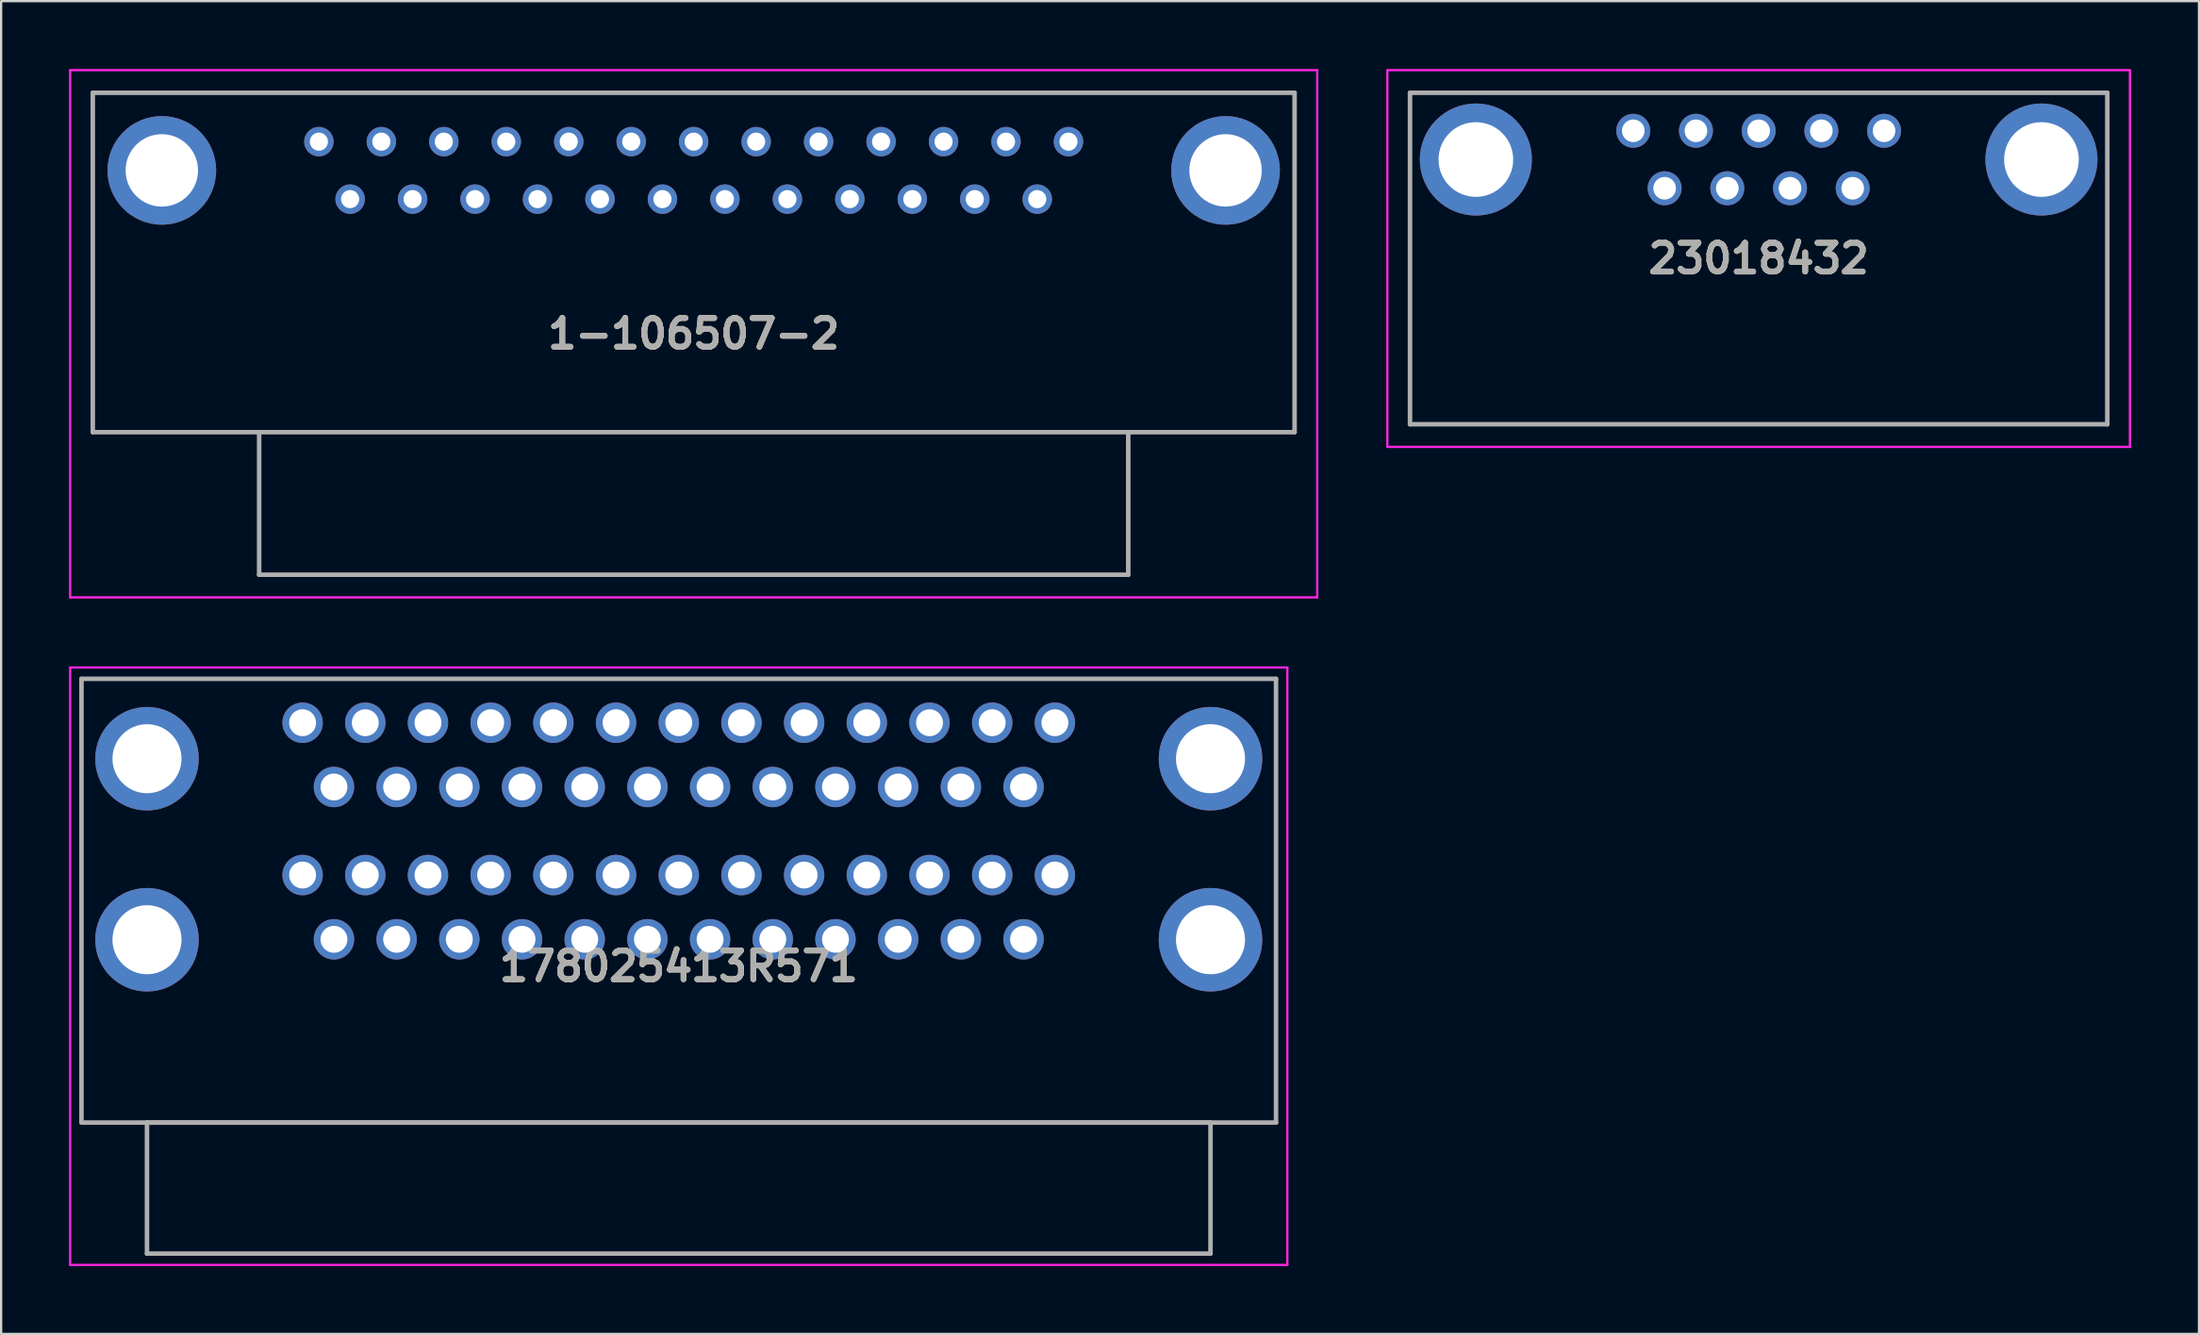
<source format=kicad_pcb>
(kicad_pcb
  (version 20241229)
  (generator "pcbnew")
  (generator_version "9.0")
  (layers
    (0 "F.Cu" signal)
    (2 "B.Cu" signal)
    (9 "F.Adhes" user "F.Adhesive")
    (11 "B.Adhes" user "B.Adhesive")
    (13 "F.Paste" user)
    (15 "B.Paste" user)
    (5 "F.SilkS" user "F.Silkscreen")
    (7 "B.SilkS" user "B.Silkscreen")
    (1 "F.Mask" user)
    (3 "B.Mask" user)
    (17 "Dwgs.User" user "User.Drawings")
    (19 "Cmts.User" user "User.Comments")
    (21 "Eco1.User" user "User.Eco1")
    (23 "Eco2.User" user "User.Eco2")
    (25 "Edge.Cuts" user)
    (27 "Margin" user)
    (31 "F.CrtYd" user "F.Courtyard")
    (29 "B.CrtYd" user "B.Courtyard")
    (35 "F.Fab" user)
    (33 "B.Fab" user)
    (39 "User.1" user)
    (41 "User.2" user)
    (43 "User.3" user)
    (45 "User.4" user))
  (footprint "178025413R571"
    (layer "F.Cu")
    (at 10.32 28.89)
    (property "Reference" "178025413R571" (at 16.62 10.76 0) (layer "F.SilkS") (effects (font (size 1.27 1.27) (thickness 0.254))))
    (attr through_hole)
    (fp_line (start -9.77 -1.94) (end 43.01 -1.94) (stroke (width 0.1) (type solid)) (layer "F.SilkS"))
    (fp_line (start -9.77 17.67) (end -9.77 -1.94) (stroke (width 0.1) (type solid)) (layer "F.SilkS"))
    (fp_line (start 43.01 -1.94) (end 43.01 17.67) (stroke (width 0.1) (type solid)) (layer "F.SilkS"))
    (fp_line (start 43.01 17.67) (end -9.77 17.67) (stroke (width 0.1) (type solid)) (layer "F.SilkS"))
    (fp_line (start -10.27 -2.44) (end 43.51 -2.44) (stroke (width 0.1) (type solid)) (layer "F.CrtYd"))
    (fp_line (start -10.27 23.96) (end -10.27 -2.44) (stroke (width 0.1) (type solid)) (layer "F.CrtYd"))
    (fp_line (start 43.51 -2.44) (end 43.51 23.96) (stroke (width 0.1) (type solid)) (layer "F.CrtYd"))
    (fp_line (start 43.51 23.96) (end -10.27 23.96) (stroke (width 0.1) (type solid)) (layer "F.CrtYd"))
    (fp_line (start -9.77 -1.94) (end 43.01 -1.94) (stroke (width 0.2) (type solid)) (layer "F.Fab"))
    (fp_line (start -9.77 17.67) (end -9.77 -1.94) (stroke (width 0.2) (type solid)) (layer "F.Fab"))
    (fp_line (start -6.875 17.67) (end 40.115 17.67) (stroke (width 0.2) (type solid)) (layer "F.Fab"))
    (fp_line (start -6.875 23.46) (end -6.875 17.67) (stroke (width 0.2) (type solid)) (layer "F.Fab"))
    (fp_line (start 40.115 17.67) (end 40.115 23.46) (stroke (width 0.2) (type solid)) (layer "F.Fab"))
    (fp_line (start 40.115 23.46) (end -6.875 23.46) (stroke (width 0.2) (type solid)) (layer "F.Fab"))
    (fp_line (start 43.01 -1.94) (end 43.01 17.67) (stroke (width 0.2) (type solid)) (layer "F.Fab"))
    (fp_line (start 43.01 17.67) (end -9.77 17.67) (stroke (width 0.2) (type solid)) (layer "F.Fab"))
    (fp_text user "${REFERENCE}" (at 16.62 10.76 0) (layer "F.Fab") (effects (font (size 1.27 1.27) (thickness 0.254))))
    (pad "A1" thru_hole circle (at 33.24 6.731) (size 1.785 1.785) (drill 1.19) (layers "*.Cu" "*.Mask"))
    (pad "A2" thru_hole circle (at 30.47 6.731) (size 1.785 1.785) (drill 1.19) (layers "*.Cu" "*.Mask"))
    (pad "A3" thru_hole circle (at 27.7 6.731) (size 1.785 1.785) (drill 1.19) (layers "*.Cu" "*.Mask"))
    (pad "A4" thru_hole circle (at 24.93 6.731) (size 1.785 1.785) (drill 1.19) (layers "*.Cu" "*.Mask"))
    (pad "A5" thru_hole circle (at 22.16 6.731) (size 1.785 1.785) (drill 1.19) (layers "*.Cu" "*.Mask"))
    (pad "A6" thru_hole circle (at 19.39 6.731) (size 1.785 1.785) (drill 1.19) (layers "*.Cu" "*.Mask"))
    (pad "A7" thru_hole circle (at 16.62 6.731) (size 1.785 1.785) (drill 1.19) (layers "*.Cu" "*.Mask"))
    (pad "A8" thru_hole circle (at 13.85 6.731) (size 1.785 1.785) (drill 1.19) (layers "*.Cu" "*.Mask"))
    (pad "A9" thru_hole circle (at 11.08 6.731) (size 1.785 1.785) (drill 1.19) (layers "*.Cu" "*.Mask"))
    (pad "A10" thru_hole circle (at 8.31 6.731) (size 1.785 1.785) (drill 1.19) (layers "*.Cu" "*.Mask"))
    (pad "A11" thru_hole circle (at 5.54 6.731) (size 1.785 1.785) (drill 1.19) (layers "*.Cu" "*.Mask"))
    (pad "A12" thru_hole circle (at 2.77 6.731) (size 1.785 1.785) (drill 1.19) (layers "*.Cu" "*.Mask"))
    (pad "A13" thru_hole circle (at 0 6.731) (size 1.785 1.785) (drill 1.19) (layers "*.Cu" "*.Mask"))
    (pad "A14" thru_hole circle (at 31.855 9.571) (size 1.785 1.785) (drill 1.19) (layers "*.Cu" "*.Mask"))
    (pad "A15" thru_hole circle (at 29.085 9.571) (size 1.785 1.785) (drill 1.19) (layers "*.Cu" "*.Mask"))
    (pad "A16" thru_hole circle (at 26.315 9.571) (size 1.785 1.785) (drill 1.19) (layers "*.Cu" "*.Mask"))
    (pad "A17" thru_hole circle (at 23.545 9.571) (size 1.785 1.785) (drill 1.19) (layers "*.Cu" "*.Mask"))
    (pad "A18" thru_hole circle (at 20.775 9.571) (size 1.785 1.785) (drill 1.19) (layers "*.Cu" "*.Mask"))
    (pad "A19" thru_hole circle (at 18.005 9.571) (size 1.785 1.785) (drill 1.19) (layers "*.Cu" "*.Mask"))
    (pad "A20" thru_hole circle (at 15.235 9.571) (size 1.785 1.785) (drill 1.19) (layers "*.Cu" "*.Mask"))
    (pad "A21" thru_hole circle (at 12.465 9.571) (size 1.785 1.785) (drill 1.19) (layers "*.Cu" "*.Mask"))
    (pad "A22" thru_hole circle (at 9.695 9.571) (size 1.785 1.785) (drill 1.19) (layers "*.Cu" "*.Mask"))
    (pad "A23" thru_hole circle (at 6.925 9.571) (size 1.785 1.785) (drill 1.19) (layers "*.Cu" "*.Mask"))
    (pad "A24" thru_hole circle (at 4.155 9.571) (size 1.785 1.785) (drill 1.19) (layers "*.Cu" "*.Mask"))
    (pad "A25" thru_hole circle (at 1.385 9.571) (size 1.785 1.785) (drill 1.19) (layers "*.Cu" "*.Mask"))
    (pad "B1" thru_hole circle (at 0 0) (size 1.785 1.785) (drill 1.19) (layers "*.Cu" "*.Mask"))
    (pad "B2" thru_hole circle (at 2.77 0) (size 1.785 1.785) (drill 1.19) (layers "*.Cu" "*.Mask"))
    (pad "B3" thru_hole circle (at 5.54 0) (size 1.785 1.785) (drill 1.19) (layers "*.Cu" "*.Mask"))
    (pad "B4" thru_hole circle (at 8.31 0) (size 1.785 1.785) (drill 1.19) (layers "*.Cu" "*.Mask"))
    (pad "B5" thru_hole circle (at 11.08 0) (size 1.785 1.785) (drill 1.19) (layers "*.Cu" "*.Mask"))
    (pad "B6" thru_hole circle (at 13.85 0) (size 1.785 1.785) (drill 1.19) (layers "*.Cu" "*.Mask"))
    (pad "B7" thru_hole circle (at 16.62 0) (size 1.785 1.785) (drill 1.19) (layers "*.Cu" "*.Mask"))
    (pad "B8" thru_hole circle (at 19.39 0) (size 1.785 1.785) (drill 1.19) (layers "*.Cu" "*.Mask"))
    (pad "B9" thru_hole circle (at 22.16 0) (size 1.785 1.785) (drill 1.19) (layers "*.Cu" "*.Mask"))
    (pad "B10" thru_hole circle (at 24.93 0) (size 1.785 1.785) (drill 1.19) (layers "*.Cu" "*.Mask"))
    (pad "B11" thru_hole circle (at 27.7 0) (size 1.785 1.785) (drill 1.19) (layers "*.Cu" "*.Mask"))
    (pad "B12" thru_hole circle (at 30.47 0) (size 1.785 1.785) (drill 1.19) (layers "*.Cu" "*.Mask"))
    (pad "B13" thru_hole circle (at 33.24 0) (size 1.785 1.785) (drill 1.19) (layers "*.Cu" "*.Mask"))
    (pad "B14" thru_hole circle (at 1.385 2.84) (size 1.785 1.785) (drill 1.19) (layers "*.Cu" "*.Mask"))
    (pad "B15" thru_hole circle (at 4.155 2.84) (size 1.785 1.785) (drill 1.19) (layers "*.Cu" "*.Mask"))
    (pad "B16" thru_hole circle (at 6.925 2.84) (size 1.785 1.785) (drill 1.19) (layers "*.Cu" "*.Mask"))
    (pad "B17" thru_hole circle (at 9.695 2.84) (size 1.785 1.785) (drill 1.19) (layers "*.Cu" "*.Mask"))
    (pad "B18" thru_hole circle (at 12.465 2.84) (size 1.785 1.785) (drill 1.19) (layers "*.Cu" "*.Mask"))
    (pad "B19" thru_hole circle (at 15.235 2.84) (size 1.785 1.785) (drill 1.19) (layers "*.Cu" "*.Mask"))
    (pad "B20" thru_hole circle (at 18.005 2.84) (size 1.785 1.785) (drill 1.19) (layers "*.Cu" "*.Mask"))
    (pad "B21" thru_hole circle (at 20.775 2.84) (size 1.785 1.785) (drill 1.19) (layers "*.Cu" "*.Mask"))
    (pad "B22" thru_hole circle (at 23.545 2.84) (size 1.785 1.785) (drill 1.19) (layers "*.Cu" "*.Mask"))
    (pad "B23" thru_hole circle (at 26.315 2.84) (size 1.785 1.785) (drill 1.19) (layers "*.Cu" "*.Mask"))
    (pad "B24" thru_hole circle (at 29.085 2.84) (size 1.785 1.785) (drill 1.19) (layers "*.Cu" "*.Mask"))
    (pad "B25" thru_hole circle (at 31.855 2.84) (size 1.785 1.785) (drill 1.19) (layers "*.Cu" "*.Mask"))
    (pad "MH1" thru_hole circle (at -6.875 1.59) (size 4.575 4.575) (drill 3.05) (layers "*.Cu" "*.Mask"))
    (pad "MH2" thru_hole circle (at 40.115 1.59) (size 4.575 4.575) (drill 3.05) (layers "*.Cu" "*.Mask"))
    (pad "MH3" thru_hole circle (at -6.875 9.59) (size 4.575 4.575) (drill 3.05) (layers "*.Cu" "*.Mask"))
    (pad "MH4" thru_hole circle (at 40.115 9.59) (size 4.575 4.575) (drill 3.05) (layers "*.Cu" "*.Mask")))
  (footprint "1-106507-2"
    (layer "F.Cu")
    (at 44.16 3.21)
    (property "Reference" "1-106507-2" (at -16.56 8.49 0) (layer "F.SilkS") (effects (font (size 1.27 1.27) (thickness 0.254))))
    (attr through_hole)
    (fp_line (start -43.11 -2.16) (end 9.99 -2.16) (stroke (width 0.1) (type solid)) (layer "F.SilkS"))
    (fp_line (start -43.11 12.84) (end -43.11 -2.16) (stroke (width 0.1) (type solid)) (layer "F.SilkS"))
    (fp_line (start 9.99 -2.16) (end 9.99 12.84) (stroke (width 0.1) (type solid)) (layer "F.SilkS"))
    (fp_line (start 9.99 12.84) (end -43.11 12.84) (stroke (width 0.1) (type solid)) (layer "F.SilkS"))
    (fp_line (start -44.11 -3.16) (end 10.99 -3.16) (stroke (width 0.1) (type solid)) (layer "F.CrtYd"))
    (fp_line (start -44.11 20.14) (end -44.11 -3.16) (stroke (width 0.1) (type solid)) (layer "F.CrtYd"))
    (fp_line (start 10.99 -3.16) (end 10.99 20.14) (stroke (width 0.1) (type solid)) (layer "F.CrtYd"))
    (fp_line (start 10.99 20.14) (end -44.11 20.14) (stroke (width 0.1) (type solid)) (layer "F.CrtYd"))
    (fp_line (start -43.11 -2.16) (end 9.99 -2.16) (stroke (width 0.2) (type solid)) (layer "F.Fab"))
    (fp_line (start -43.11 12.84) (end -43.11 -2.16) (stroke (width 0.2) (type solid)) (layer "F.Fab"))
    (fp_line (start -35.76 12.84) (end -35.76 19.14) (stroke (width 0.2) (type solid)) (layer "F.Fab"))
    (fp_line (start -35.76 19.14) (end 2.64 19.14) (stroke (width 0.2) (type solid)) (layer "F.Fab"))
    (fp_line (start 2.64 19.14) (end 2.64 12.84) (stroke (width 0.2) (type solid)) (layer "F.Fab"))
    (fp_line (start 9.99 -2.16) (end 9.99 12.84) (stroke (width 0.2) (type solid)) (layer "F.Fab"))
    (fp_line (start 9.99 12.84) (end -43.11 12.84) (stroke (width 0.2) (type solid)) (layer "F.Fab"))
    (fp_text user "${REFERENCE}" (at -16.56 8.49 0) (layer "F.Fab") (effects (font (size 1.27 1.27) (thickness 0.254))))
    (pad "1" thru_hole circle (at 0 0) (size 1.3 1.3) (drill 0.8) (layers "*.Cu" "*.Mask"))
    (pad "2" thru_hole circle (at -2.76 0) (size 1.3 1.3) (drill 0.8) (layers "*.Cu" "*.Mask"))
    (pad "3" thru_hole circle (at -5.52 0) (size 1.3 1.3) (drill 0.8) (layers "*.Cu" "*.Mask"))
    (pad "4" thru_hole circle (at -8.28 0) (size 1.3 1.3) (drill 0.8) (layers "*.Cu" "*.Mask"))
    (pad "5" thru_hole circle (at -11.04 0) (size 1.3 1.3) (drill 0.8) (layers "*.Cu" "*.Mask"))
    (pad "6" thru_hole circle (at -13.8 0) (size 1.3 1.3) (drill 0.8) (layers "*.Cu" "*.Mask"))
    (pad "7" thru_hole circle (at -16.56 0) (size 1.3 1.3) (drill 0.8) (layers "*.Cu" "*.Mask"))
    (pad "8" thru_hole circle (at -19.32 0) (size 1.3 1.3) (drill 0.8) (layers "*.Cu" "*.Mask"))
    (pad "9" thru_hole circle (at -22.08 0) (size 1.3 1.3) (drill 0.8) (layers "*.Cu" "*.Mask"))
    (pad "10" thru_hole circle (at -24.84 0) (size 1.3 1.3) (drill 0.8) (layers "*.Cu" "*.Mask"))
    (pad "11" thru_hole circle (at -27.6 0) (size 1.3 1.3) (drill 0.8) (layers "*.Cu" "*.Mask"))
    (pad "12" thru_hole circle (at -30.36 0) (size 1.3 1.3) (drill 0.8) (layers "*.Cu" "*.Mask"))
    (pad "13" thru_hole circle (at -33.12 0) (size 1.3 1.3) (drill 0.8) (layers "*.Cu" "*.Mask"))
    (pad "14" thru_hole circle (at -1.38 2.54) (size 1.3 1.3) (drill 0.8) (layers "*.Cu" "*.Mask"))
    (pad "15" thru_hole circle (at -4.14 2.54) (size 1.3 1.3) (drill 0.8) (layers "*.Cu" "*.Mask"))
    (pad "16" thru_hole circle (at -6.9 2.54) (size 1.3 1.3) (drill 0.8) (layers "*.Cu" "*.Mask"))
    (pad "17" thru_hole circle (at -9.66 2.54) (size 1.3 1.3) (drill 0.8) (layers "*.Cu" "*.Mask"))
    (pad "18" thru_hole circle (at -12.42 2.54) (size 1.3 1.3) (drill 0.8) (layers "*.Cu" "*.Mask"))
    (pad "19" thru_hole circle (at -15.18 2.54) (size 1.3 1.3) (drill 0.8) (layers "*.Cu" "*.Mask"))
    (pad "20" thru_hole circle (at -17.94 2.54) (size 1.3 1.3) (drill 0.8) (layers "*.Cu" "*.Mask"))
    (pad "21" thru_hole circle (at -20.7 2.54) (size 1.3 1.3) (drill 0.8) (layers "*.Cu" "*.Mask"))
    (pad "22" thru_hole circle (at -23.46 2.54) (size 1.3 1.3) (drill 0.8) (layers "*.Cu" "*.Mask"))
    (pad "23" thru_hole circle (at -26.22 2.54) (size 1.3 1.3) (drill 0.8) (layers "*.Cu" "*.Mask"))
    (pad "24" thru_hole circle (at -28.98 2.54) (size 1.3 1.3) (drill 0.8) (layers "*.Cu" "*.Mask"))
    (pad "25" thru_hole circle (at -31.74 2.54) (size 1.3 1.3) (drill 0.8) (layers "*.Cu" "*.Mask"))
    (pad "MH1" thru_hole circle (at -40.06 1.27) (size 4.8 4.8) (drill 3.2) (layers "*.Cu" "*.Mask"))
    (pad "MH2" thru_hole circle (at 6.94 1.27) (size 4.8 4.8) (drill 3.2) (layers "*.Cu" "*.Mask")))
  (footprint "23018432"
    (layer "F.Cu")
    (at 74.655 15.7)
    (property "Reference" "23018432" (at 0 -7.325 0) (layer "F.SilkS") (effects (font (size 1.27 1.27) (thickness 0.254))))
    (attr through_hole)
    (fp_line (start -15.405 -14.65) (end 15.405 -14.65) (stroke (width 0.1) (type solid)) (layer "F.SilkS"))
    (fp_line (start -15.405 0) (end -15.405 -14.65) (stroke (width 0.1) (type solid)) (layer "F.SilkS"))
    (fp_line (start 15.405 -14.65) (end 15.405 0) (stroke (width 0.1) (type solid)) (layer "F.SilkS"))
    (fp_line (start 15.405 0) (end -15.405 0) (stroke (width 0.1) (type solid)) (layer "F.SilkS"))
    (fp_line (start -16.405 -15.65) (end 16.405 -15.65) (stroke (width 0.1) (type solid)) (layer "F.CrtYd"))
    (fp_line (start -16.405 1) (end -16.405 -15.65) (stroke (width 0.1) (type solid)) (layer "F.CrtYd"))
    (fp_line (start 16.405 -15.65) (end 16.405 1) (stroke (width 0.1) (type solid)) (layer "F.CrtYd"))
    (fp_line (start 16.405 1) (end -16.405 1) (stroke (width 0.1) (type solid)) (layer "F.CrtYd"))
    (fp_line (start -15.405 -14.65) (end 15.405 -14.65) (stroke (width 0.2) (type solid)) (layer "F.Fab"))
    (fp_line (start -15.405 0) (end -15.405 -14.65) (stroke (width 0.2) (type solid)) (layer "F.Fab"))
    (fp_line (start 15.405 -14.65) (end 15.405 0) (stroke (width 0.2) (type solid)) (layer "F.Fab"))
    (fp_line (start 15.405 0) (end -15.405 0) (stroke (width 0.2) (type solid)) (layer "F.Fab"))
    (fp_text user "${REFERENCE}" (at 0 -7.325 0) (layer "F.Fab") (effects (font (size 1.27 1.27) (thickness 0.254))))
    (pad "1" thru_hole circle (at -5.54 -12.97) (size 1.5 1.5) (drill 1) (layers "*.Cu" "*.Mask"))
    (pad "2" thru_hole circle (at -2.77 -12.97) (size 1.5 1.5) (drill 1) (layers "*.Cu" "*.Mask"))
    (pad "3" thru_hole circle (at 0 -12.97) (size 1.5 1.5) (drill 1) (layers "*.Cu" "*.Mask"))
    (pad "4" thru_hole circle (at 2.77 -12.97) (size 1.5 1.5) (drill 1) (layers "*.Cu" "*.Mask"))
    (pad "5" thru_hole circle (at 5.54 -12.97) (size 1.5 1.5) (drill 1) (layers "*.Cu" "*.Mask"))
    (pad "6" thru_hole circle (at -4.155 -10.43) (size 1.5 1.5) (drill 1) (layers "*.Cu" "*.Mask"))
    (pad "7" thru_hole circle (at -1.385 -10.43) (size 1.5 1.5) (drill 1) (layers "*.Cu" "*.Mask"))
    (pad "8" thru_hole circle (at 1.385 -10.43) (size 1.5 1.5) (drill 1) (layers "*.Cu" "*.Mask"))
    (pad "9" thru_hole circle (at 4.155 -10.43) (size 1.5 1.5) (drill 1) (layers "*.Cu" "*.Mask"))
    (pad "10" thru_hole circle (at -12.495 -11.7) (size 4.95 4.95) (drill 3.3) (layers "*.Cu" "*.Mask"))
    (pad "11" thru_hole circle (at 12.495 -11.7) (size 4.95 4.95) (drill 3.3) (layers "*.Cu" "*.Mask")))
  (gr_rect
    (start -3 -3)
    (end 94.11 55.9)
    (stroke (width 0.1) (type default))
    (fill no)
    (layer "Edge.Cuts")))
</source>
